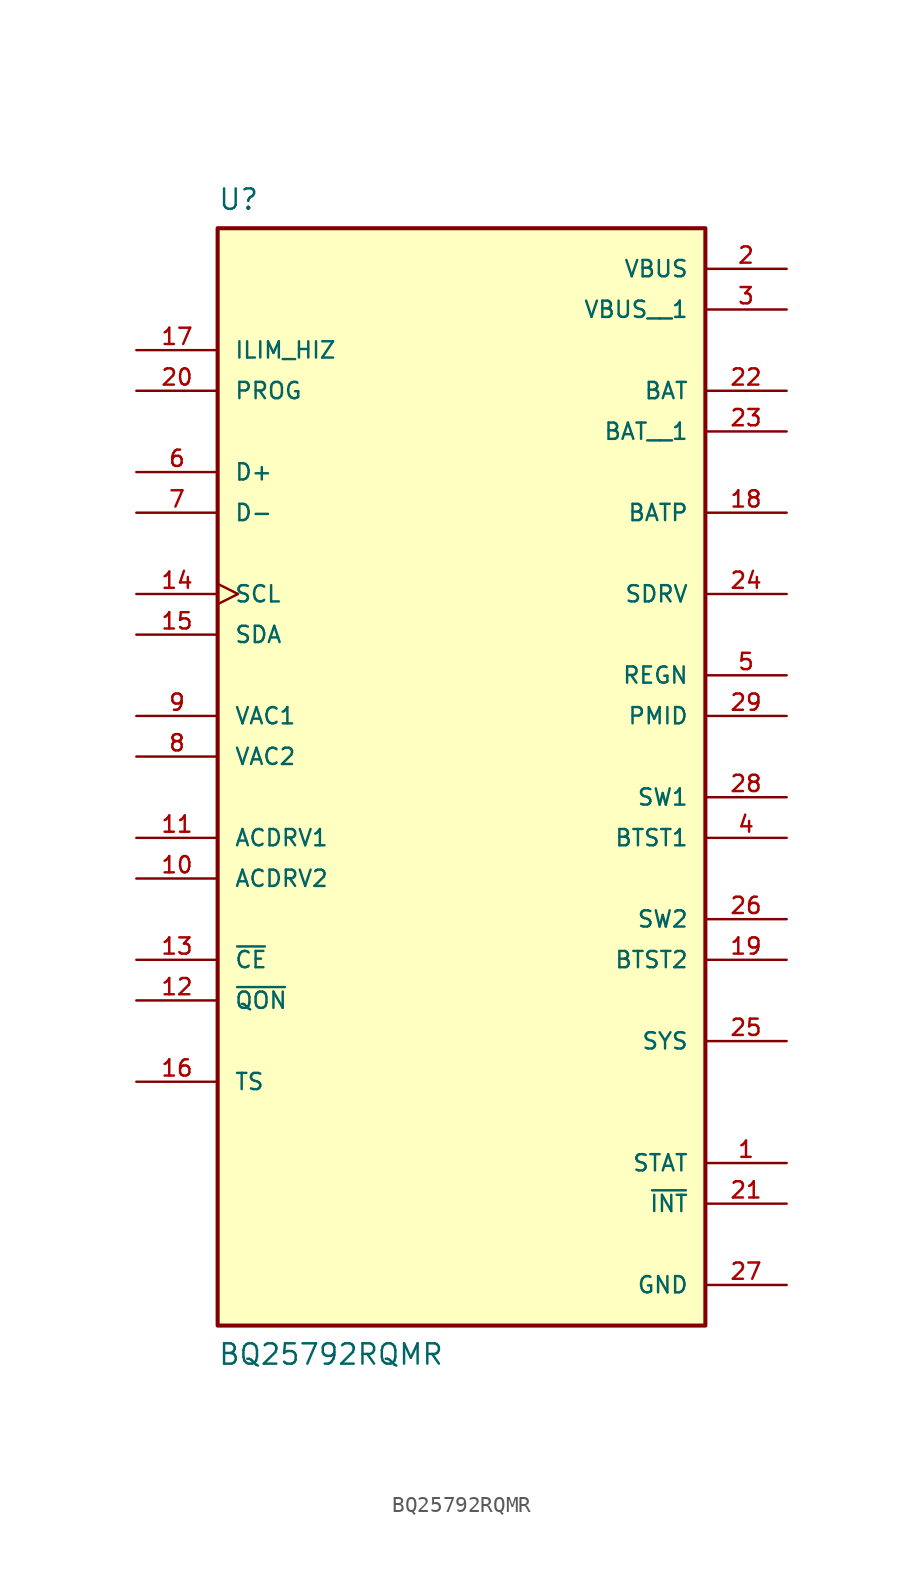
<source format=kicad_sym>
(kicad_symbol_lib
  (version 20211014)
  (generator kicad_symbol_editor)
  (symbol "BQ25792RQMR"
    (pin_names
      (offset 1.016))
    (property "Reference" "U"
      (at -15.24 35.56 0)
      (effects (font (size 1.27 1.27)) (justify top left)))
    (property "Value" "BQ25792RQMR"
      (at -15.24 -38.1 0)
      (effects (font (size 1.27 1.27)) (justify bottom left)))
    (symbol "BQ25792RQMR_0_0"
      (rectangle (start -15.24 -35.56) (end 15.24 33.02) (stroke (width 0.254)) (fill (type background)))
      (pin output line (at 20.32 -25.4 180.0) (length 5.08) (name "STAT" (effects (font (size 1.016 1.016)))) (number "1" (effects (font (size 1.016 1.016)))))
      (pin power_in line (at 20.32 30.48 180.0) (length 5.08) (name "VBUS" (effects (font (size 1.016 1.016)))) (number "2" (effects (font (size 1.016 1.016)))))
      (pin power_in line (at 20.32 -5.08 180.0) (length 5.08) (name "BTST1" (effects (font (size 1.016 1.016)))) (number "4" (effects (font (size 1.016 1.016)))))
      (pin power_in line (at 20.32 5.08 180.0) (length 5.08) (name "REGN" (effects (font (size 1.016 1.016)))) (number "5" (effects (font (size 1.016 1.016)))))
      (pin bidirectional line (at -20.32 17.78 0) (length 5.08) (name "D+" (effects (font (size 1.016 1.016)))) (number "6" (effects (font (size 1.016 1.016)))))
      (pin bidirectional line (at -20.32 15.24 0) (length 5.08) (name "D-" (effects (font (size 1.016 1.016)))) (number "7" (effects (font (size 1.016 1.016)))))
      (pin power_in line (at -20.32 0.0 0) (length 5.08) (name "VAC2" (effects (font (size 1.016 1.016)))) (number "8" (effects (font (size 1.016 1.016)))))
      (pin power_in line (at -20.32 2.54 0) (length 5.08) (name "VAC1" (effects (font (size 1.016 1.016)))) (number "9" (effects (font (size 1.016 1.016)))))
      (pin power_in line (at -20.32 -7.62 0) (length 5.08) (name "ACDRV2" (effects (font (size 1.016 1.016)))) (number "10" (effects (font (size 1.016 1.016)))))
      (pin power_in line (at -20.32 -5.08 0) (length 5.08) (name "ACDRV1" (effects (font (size 1.016 1.016)))) (number "11" (effects (font (size 1.016 1.016)))))
      (pin input line (at -20.32 -15.24 0) (length 5.08) (name "~{QON}" (effects (font (size 1.016 1.016)))) (number "12" (effects (font (size 1.016 1.016)))))
      (pin input line (at -20.32 -12.7 0) (length 5.08) (name "~{CE}" (effects (font (size 1.016 1.016)))) (number "13" (effects (font (size 1.016 1.016)))))
      (pin input clock (at -20.32 10.16 0) (length 5.08) (name "SCL" (effects (font (size 1.016 1.016)))) (number "14" (effects (font (size 1.016 1.016)))))
      (pin bidirectional line (at -20.32 7.62 0) (length 5.08) (name "SDA" (effects (font (size 1.016 1.016)))) (number "15" (effects (font (size 1.016 1.016)))))
      (pin input line (at -20.32 -20.32 0) (length 5.08) (name "TS" (effects (font (size 1.016 1.016)))) (number "16" (effects (font (size 1.016 1.016)))))
      (pin input line (at -20.32 25.4 0) (length 5.08) (name "ILIM_HIZ" (effects (font (size 1.016 1.016)))) (number "17" (effects (font (size 1.016 1.016)))))
      (pin power_in line (at 20.32 15.24 180.0) (length 5.08) (name "BATP" (effects (font (size 1.016 1.016)))) (number "18" (effects (font (size 1.016 1.016)))))
      (pin power_in line (at 20.32 -12.7 180.0) (length 5.08) (name "BTST2" (effects (font (size 1.016 1.016)))) (number "19" (effects (font (size 1.016 1.016)))))
      (pin input line (at -20.32 22.86 0) (length 5.08) (name "PROG" (effects (font (size 1.016 1.016)))) (number "20" (effects (font (size 1.016 1.016)))))
      (pin output line (at 20.32 -27.94 180.0) (length 5.08) (name "~{INT}" (effects (font (size 1.016 1.016)))) (number "21" (effects (font (size 1.016 1.016)))))
      (pin power_in line (at 20.32 22.86 180.0) (length 5.08) (name "BAT" (effects (font (size 1.016 1.016)))) (number "22" (effects (font (size 1.016 1.016)))))
      (pin power_in line (at 20.32 10.16 180.0) (length 5.08) (name "SDRV" (effects (font (size 1.016 1.016)))) (number "24" (effects (font (size 1.016 1.016)))))
      (pin power_in line (at 20.32 -17.78 180.0) (length 5.08) (name "SYS" (effects (font (size 1.016 1.016)))) (number "25" (effects (font (size 1.016 1.016)))))
      (pin power_in line (at 20.32 -10.16 180.0) (length 5.08) (name "SW2" (effects (font (size 1.016 1.016)))) (number "26" (effects (font (size 1.016 1.016)))))
      (pin power_in line (at 20.32 -33.02 180.0) (length 5.08) (name "GND" (effects (font (size 1.016 1.016)))) (number "27" (effects (font (size 1.016 1.016)))))
      (pin power_in line (at 20.32 -2.54 180.0) (length 5.08) (name "SW1" (effects (font (size 1.016 1.016)))) (number "28" (effects (font (size 1.016 1.016)))))
      (pin power_in line (at 20.32 2.54 180.0) (length 5.08) (name "PMID" (effects (font (size 1.016 1.016)))) (number "29" (effects (font (size 1.016 1.016)))))
      (pin power_in line (at 20.32 27.94 180.0) (length 5.08) (name "VBUS__1" (effects (font (size 1.016 1.016)))) (number "3" (effects (font (size 1.016 1.016)))))
      (pin power_in line (at 20.32 20.32 180.0) (length 5.08) (name "BAT__1" (effects (font (size 1.016 1.016)))) (number "23" (effects (font (size 1.016 1.016))))))))
</source>
